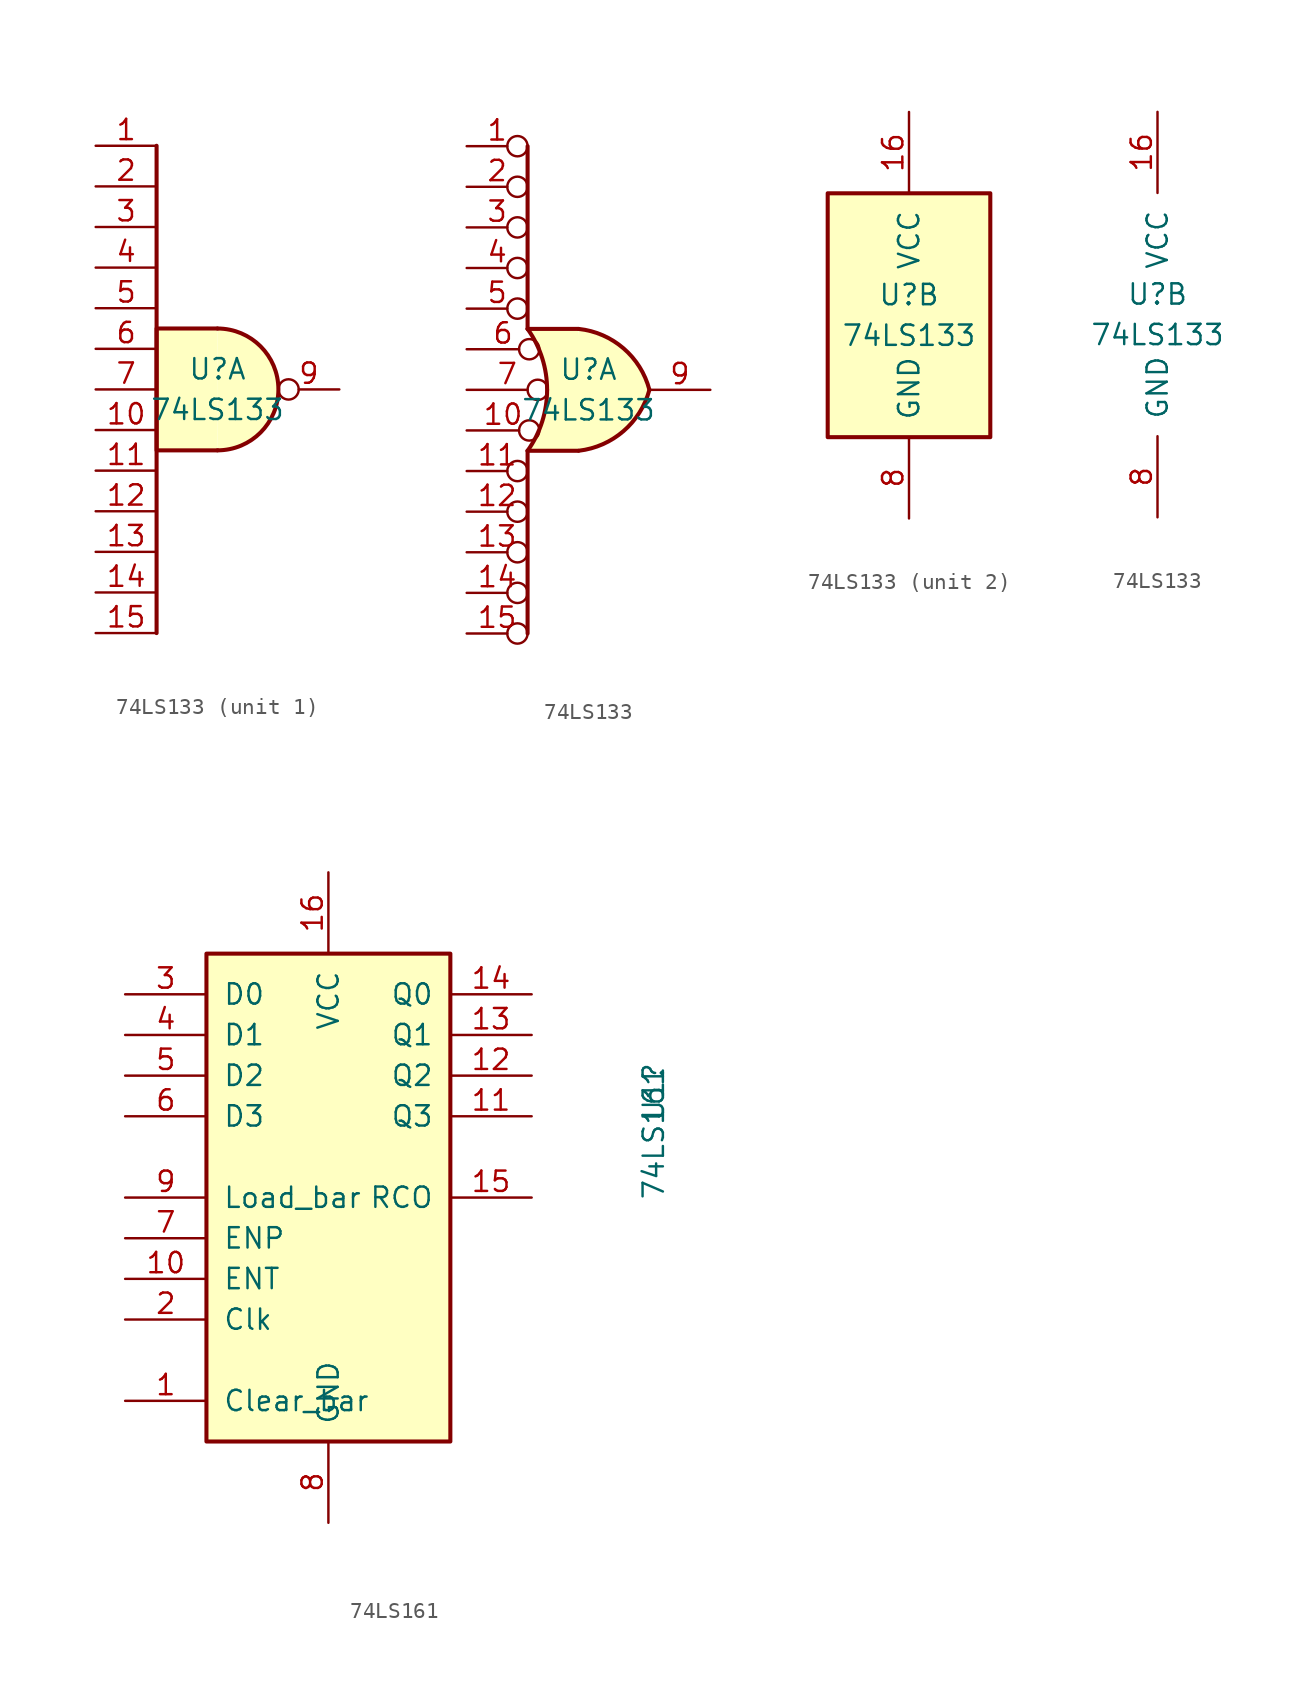
<source format=kicad_sym>
(kicad_symbol_lib
  (version 20211014)
  (generator kicad_symbol_editor)
  (symbol "74LS133"
    (pin_names
      (offset 1.016))
    (property "Reference" "U"
      (at 0 1.27 0)
      (effects (font (size 1.27 1.27))))
    (property "Value" "74LS133"
      (at 0 -1.27 0)
      (effects (font (size 1.27 1.27))))
    (property "ki_locked" ""
      (at 0 0 0)
      (effects (font (size 1.27 1.27))))
    (symbol "74LS133_1_1"
      (arc (start 0 -3.81) (mid 3.81 0) (end 0 3.81) (stroke (width 0.254) (type default) (color 0 0 0 0)) (fill (type background)))
      (polyline (pts (xy -3.81 15.24) (xy -3.81 -15.24)) (stroke (width 0.254) (type default) (color 0 0 0 0)) (fill (type none)))
      (polyline (pts (xy 0 3.81) (xy -3.81 3.81) (xy -3.81 -3.81) (xy 0 -3.81)) (stroke (width 0.254) (type default) (color 0 0 0 0)) (fill (type background)))
      (pin input line (at -7.62 15.24 0) (length 3.81) (name "~" (effects (font (size 1.27 1.27)))) (number "1" (effects (font (size 1.27 1.27)))))
      (pin input line (at -7.62 -2.54 0) (length 3.81) (name "~" (effects (font (size 1.27 1.27)))) (number "10" (effects (font (size 1.27 1.27)))))
      (pin input line (at -7.62 -5.08 0) (length 3.81) (name "~" (effects (font (size 1.27 1.27)))) (number "11" (effects (font (size 1.27 1.27)))))
      (pin input line (at -7.62 -7.62 0) (length 3.81) (name "~" (effects (font (size 1.27 1.27)))) (number "12" (effects (font (size 1.27 1.27)))))
      (pin input line (at -7.62 -10.16 0) (length 3.81) (name "~" (effects (font (size 1.27 1.27)))) (number "13" (effects (font (size 1.27 1.27)))))
      (pin input line (at -7.62 -12.7 0) (length 3.81) (name "~" (effects (font (size 1.27 1.27)))) (number "14" (effects (font (size 1.27 1.27)))))
      (pin input line (at -7.62 -15.24 0) (length 3.81) (name "~" (effects (font (size 1.27 1.27)))) (number "15" (effects (font (size 1.27 1.27)))))
      (pin input line (at -7.62 12.7 0) (length 3.81) (name "~" (effects (font (size 1.27 1.27)))) (number "2" (effects (font (size 1.27 1.27)))))
      (pin input line (at -7.62 10.16 0) (length 3.81) (name "~" (effects (font (size 1.27 1.27)))) (number "3" (effects (font (size 1.27 1.27)))))
      (pin input line (at -7.62 7.62 0) (length 3.81) (name "~" (effects (font (size 1.27 1.27)))) (number "4" (effects (font (size 1.27 1.27)))))
      (pin input line (at -7.62 5.08 0) (length 3.81) (name "~" (effects (font (size 1.27 1.27)))) (number "5" (effects (font (size 1.27 1.27)))))
      (pin input line (at -7.62 2.54 0) (length 3.81) (name "~" (effects (font (size 1.27 1.27)))) (number "6" (effects (font (size 1.27 1.27)))))
      (pin input line (at -7.62 0 0) (length 3.81) (name "~" (effects (font (size 1.27 1.27)))) (number "7" (effects (font (size 1.27 1.27)))))
      (pin output inverted (at 7.62 0 180) (length 3.81) (name "~" (effects (font (size 1.27 1.27)))) (number "9" (effects (font (size 1.27 1.27))))))
    (symbol "74LS133_1_2"
      (arc (start -3.81 -3.81) (mid -2.589 0) (end -3.81 3.81) (stroke (width 0.254) (type default) (color 0 0 0 0)) (fill (type none)))
      (arc (start -0.6096 -3.81) (mid 2.1855 -2.584) (end 3.81 0) (stroke (width 0.254) (type default) (color 0 0 0 0)) (fill (type background)))
      (polyline (pts (xy -3.81 -3.81) (xy -3.81 -15.24)) (stroke (width 0.254) (type default) (color 0 0 0 0)) (fill (type none)))
      (polyline (pts (xy -3.81 -3.81) (xy -0.635 -3.81)) (stroke (width 0.254) (type default) (color 0 0 0 0)) (fill (type background)))
      (polyline (pts (xy -3.81 3.81) (xy -0.635 3.81)) (stroke (width 0.254) (type default) (color 0 0 0 0)) (fill (type background)))
      (polyline (pts (xy -3.81 15.24) (xy -3.81 3.81)) (stroke (width 0.254) (type default) (color 0 0 0 0)) (fill (type none)))
      (polyline (pts (xy -0.635 3.81) (xy -3.81 3.81) (xy -3.81 3.81) (xy -3.556 3.404) (xy -3.023 2.261) (xy -2.692 1.041) (xy -2.616 -0.254) (xy -2.769 -1.499) (xy -3.175 -2.718) (xy -3.81 -3.81) (xy -3.81 -3.81) (xy -0.635 -3.81)) (stroke (width -25.4) (type default) (color 0 0 0 0)) (fill (type background)))
      (arc (start 3.81 0) (mid 2.1928 2.5925) (end -0.6096 3.81) (stroke (width 0.254) (type default) (color 0 0 0 0)) (fill (type background)))
      (pin input inverted (at -7.62 15.24 0) (length 3.81) (name "~" (effects (font (size 1.27 1.27)))) (number "1" (effects (font (size 1.27 1.27)))))
      (pin input inverted (at -7.62 -2.54 0) (length 4.547) (name "~" (effects (font (size 1.27 1.27)))) (number "10" (effects (font (size 1.27 1.27)))))
      (pin input inverted (at -7.62 -5.08 0) (length 3.81) (name "~" (effects (font (size 1.27 1.27)))) (number "11" (effects (font (size 1.27 1.27)))))
      (pin input inverted (at -7.62 -7.62 0) (length 3.81) (name "~" (effects (font (size 1.27 1.27)))) (number "12" (effects (font (size 1.27 1.27)))))
      (pin input inverted (at -7.62 -10.16 0) (length 3.81) (name "~" (effects (font (size 1.27 1.27)))) (number "13" (effects (font (size 1.27 1.27)))))
      (pin input inverted (at -7.62 -12.7 0) (length 3.81) (name "~" (effects (font (size 1.27 1.27)))) (number "14" (effects (font (size 1.27 1.27)))))
      (pin input inverted (at -7.62 -15.24 0) (length 3.81) (name "~" (effects (font (size 1.27 1.27)))) (number "15" (effects (font (size 1.27 1.27)))))
      (pin input inverted (at -7.62 12.7 0) (length 3.81) (name "~" (effects (font (size 1.27 1.27)))) (number "2" (effects (font (size 1.27 1.27)))))
      (pin input inverted (at -7.62 10.16 0) (length 3.81) (name "~" (effects (font (size 1.27 1.27)))) (number "3" (effects (font (size 1.27 1.27)))))
      (pin input inverted (at -7.62 7.62 0) (length 3.81) (name "~" (effects (font (size 1.27 1.27)))) (number "4" (effects (font (size 1.27 1.27)))))
      (pin input inverted (at -7.62 5.08 0) (length 3.81) (name "~" (effects (font (size 1.27 1.27)))) (number "5" (effects (font (size 1.27 1.27)))))
      (pin input inverted (at -7.62 2.54 0) (length 4.547) (name "~" (effects (font (size 1.27 1.27)))) (number "6" (effects (font (size 1.27 1.27)))))
      (pin input inverted (at -7.62 0 0) (length 5.08) (name "~" (effects (font (size 1.27 1.27)))) (number "7" (effects (font (size 1.27 1.27)))))
      (pin output line (at 7.62 0 180) (length 3.81) (name "~" (effects (font (size 1.27 1.27)))) (number "9" (effects (font (size 1.27 1.27))))))
    (symbol "74LS133_2_0"
      (pin power_in line (at 0 12.7 270) (length 5.08) (name "VCC" (effects (font (size 1.27 1.27)))) (number "16" (effects (font (size 1.27 1.27)))))
      (pin power_in line (at 0 -12.7 90) (length 5.08) (name "GND" (effects (font (size 1.27 1.27)))) (number "8" (effects (font (size 1.27 1.27))))))
    (symbol "74LS133_2_1"
      (rectangle (start -5.08 7.62) (end 5.08 -7.62) (stroke (width 0.254) (type default) (color 0 0 0 0)) (fill (type background)))))
  (symbol "74LS161"
    (pin_names
      (offset 1.016))
    (property "Reference" "U1"
      (at 20.32 6.579 90)
      (effects (font (size 1.27 1.27))))
    (property "Value" "74LS161"
      (at 20.32 4.039 90)
      (effects (font (size 1.27 1.27))))
    (property "ki_locked" ""
      (at 0 0 0)
      (effects (font (size 1.27 1.27))))
    (symbol "74LS161_1_0"
      (pin input line (at -12.7 -12.7 0) (length 5.08) (name "Clear_bar" (effects (font (size 1.27 1.27)))) (number "1" (effects (font (size 1.27 1.27)))))
      (pin input line (at -12.7 -5.08 0) (length 5.08) (name "ENT" (effects (font (size 1.27 1.27)))) (number "10" (effects (font (size 1.27 1.27)))))
      (pin output line (at 12.7 5.08 180) (length 5.08) (name "Q3" (effects (font (size 1.27 1.27)))) (number "11" (effects (font (size 1.27 1.27)))))
      (pin output line (at 12.7 7.62 180) (length 5.08) (name "Q2" (effects (font (size 1.27 1.27)))) (number "12" (effects (font (size 1.27 1.27)))))
      (pin output line (at 12.7 10.16 180) (length 5.08) (name "Q1" (effects (font (size 1.27 1.27)))) (number "13" (effects (font (size 1.27 1.27)))))
      (pin output line (at 12.7 12.7 180) (length 5.08) (name "Q0" (effects (font (size 1.27 1.27)))) (number "14" (effects (font (size 1.27 1.27)))))
      (pin output line (at 12.7 0 180) (length 5.08) (name "RCO" (effects (font (size 1.27 1.27)))) (number "15" (effects (font (size 1.27 1.27)))))
      (pin power_in line (at 0 20.32 270) (length 5.08) (name "VCC" (effects (font (size 1.27 1.27)))) (number "16" (effects (font (size 1.27 1.27)))))
      (pin input line (at -12.7 -7.62 0) (length 5.08) (name "Clk" (effects (font (size 1.27 1.27)))) (number "2" (effects (font (size 1.27 1.27)))))
      (pin input line (at -12.7 12.7 0) (length 5.08) (name "D0" (effects (font (size 1.27 1.27)))) (number "3" (effects (font (size 1.27 1.27)))))
      (pin input line (at -12.7 10.16 0) (length 5.08) (name "D1" (effects (font (size 1.27 1.27)))) (number "4" (effects (font (size 1.27 1.27)))))
      (pin input line (at -12.7 7.62 0) (length 5.08) (name "D2" (effects (font (size 1.27 1.27)))) (number "5" (effects (font (size 1.27 1.27)))))
      (pin input line (at -12.7 5.08 0) (length 5.08) (name "D3" (effects (font (size 1.27 1.27)))) (number "6" (effects (font (size 1.27 1.27)))))
      (pin input line (at -12.7 -2.54 0) (length 5.08) (name "ENP" (effects (font (size 1.27 1.27)))) (number "7" (effects (font (size 1.27 1.27)))))
      (pin power_in line (at 0 -20.32 90) (length 5.08) (name "GND" (effects (font (size 1.27 1.27)))) (number "8" (effects (font (size 1.27 1.27)))))
      (pin input line (at -12.7 0 0) (length 5.08) (name "Load_bar" (effects (font (size 1.27 1.27)))) (number "9" (effects (font (size 1.27 1.27))))))
    (symbol "74LS161_1_1"
      (rectangle (start -7.62 15.24) (end 7.62 -15.24) (stroke (width 0.254) (type default) (color 0 0 0 0)) (fill (type background))))))
</source>
